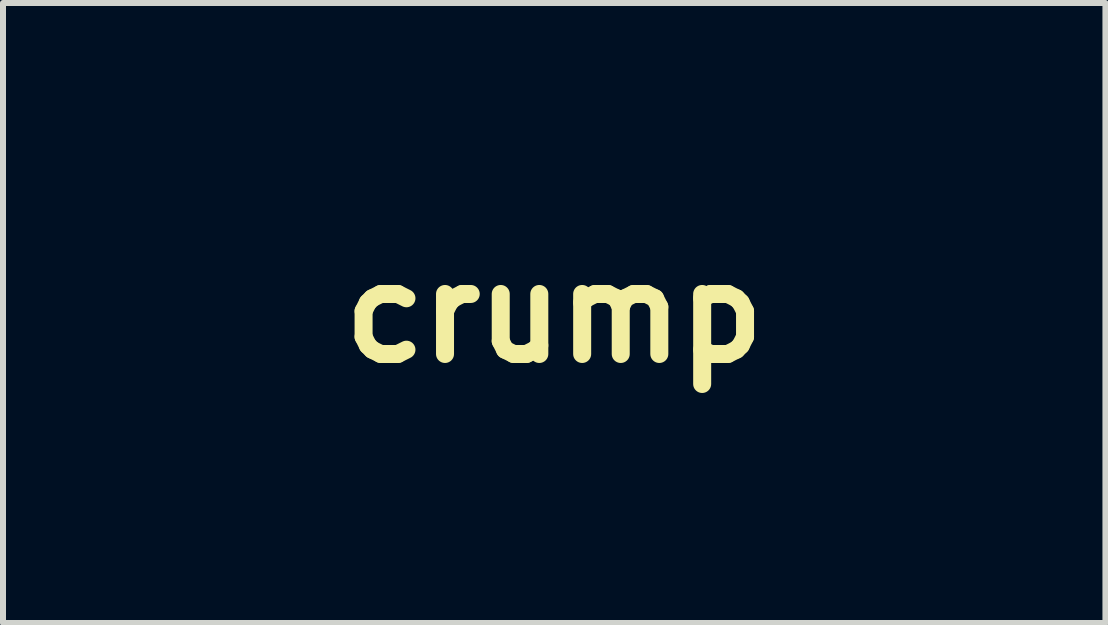
<source format=kicad_pcb>
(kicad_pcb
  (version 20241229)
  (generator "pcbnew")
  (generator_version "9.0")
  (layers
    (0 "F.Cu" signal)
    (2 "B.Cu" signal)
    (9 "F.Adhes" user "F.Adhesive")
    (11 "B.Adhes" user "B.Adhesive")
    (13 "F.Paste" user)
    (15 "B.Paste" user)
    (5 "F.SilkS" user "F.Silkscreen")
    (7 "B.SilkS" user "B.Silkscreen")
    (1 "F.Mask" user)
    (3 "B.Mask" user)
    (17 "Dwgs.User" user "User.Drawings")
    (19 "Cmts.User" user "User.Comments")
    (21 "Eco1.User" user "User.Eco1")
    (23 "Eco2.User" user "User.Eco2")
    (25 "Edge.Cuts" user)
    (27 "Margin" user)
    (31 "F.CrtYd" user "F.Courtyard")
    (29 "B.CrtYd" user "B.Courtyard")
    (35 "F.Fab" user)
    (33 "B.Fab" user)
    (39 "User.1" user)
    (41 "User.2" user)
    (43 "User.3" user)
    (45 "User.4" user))
  (footprint "crump"
    (layer "F.Cu")
    (at 6.188 2.171)
    (property "Reference" "crump" (at 0 0 0) (layer "F.SilkS") (effects (font (size 1.5 1.5) (thickness 0.3))))
    (attr board_only exclude_from_pos_files exclude_from_bom)
    (fp_poly (pts (xy 3.888 -0.915) (xy 3.888 0.292) (xy 3.539 0.292) (xy 3.19 0.292) (xy 3.186 -0.355) (xy 3.183 -1.003) (xy 2.948 -0.476) (xy 2.713 0.051) (xy 2.449 0.048) (xy 2.184 0.044) (xy 1.953 -0.474) (xy 1.722 -0.993) (xy 1.715 -0.354) (xy 1.709 0.286) (xy 1.365 0.289) (xy 1.274 0.29) (xy 1.191 0.29) (xy 1.121 0.289) (xy 1.065 0.288) (xy 1.028 0.286) (xy 1.013 0.284) (xy 1.012 0.284) (xy 1.011 0.27) (xy 1.01 0.233) (xy 1.009 0.174) (xy 1.008 0.095) (xy 1.007 -0.003) (xy 1.006 -0.117) (xy 1.005 -0.247) (xy 1.005 -0.389) (xy 1.004 -0.542) (xy 1.004 -0.705) (xy 1.004 -0.876) (xy 1.004 -0.924) (xy 1.004 -2.123) (xy 1.433 -2.123) (xy 1.861 -2.122) (xy 2.153 -1.506) (xy 2.208 -1.389) (xy 2.261 -1.28) (xy 2.309 -1.18) (xy 2.351 -1.091) (xy 2.388 -1.016) (xy 2.417 -0.957) (xy 2.438 -0.915) (xy 2.45 -0.893) (xy 2.452 -0.89) (xy 2.459 -0.901) (xy 2.475 -0.933) (xy 2.5 -0.984) (xy 2.533 -1.052) (xy 2.573 -1.134) (xy 2.618 -1.228) (xy 2.668 -1.333) (xy 2.722 -1.447) (xy 2.75 -1.506) (xy 3.041 -2.123) (xy 3.465 -2.123) (xy 3.888 -2.123)) (stroke (width 0) (type solid)) (fill yes) (layer "F.Mask"))
    (fp_poly (pts (xy 4.762 -2.12) (xy 5.445 -2.116) (xy 5.569 -2.082) (xy 5.716 -2.031) (xy 5.843 -1.965) (xy 5.95 -1.883) (xy 6.037 -1.785) (xy 6.104 -1.672) (xy 6.151 -1.542) (xy 6.178 -1.397) (xy 6.185 -1.316) (xy 6.184 -1.16) (xy 6.168 -1.022) (xy 6.135 -0.898) (xy 6.085 -0.783) (xy 6.043 -0.713) (xy 5.962 -0.611) (xy 5.868 -0.527) (xy 5.757 -0.458) (xy 5.628 -0.405) (xy 5.479 -0.367) (xy 5.452 -0.362) (xy 5.328 -0.328) (xy 5.209 -0.277) (xy 5.1 -0.21) (xy 5.005 -0.131) (xy 4.928 -0.042) (xy 4.888 0.022) (xy 4.864 0.07) (xy 4.846 0.112) (xy 4.832 0.154) (xy 4.822 0.199) (xy 4.815 0.253) (xy 4.81 0.321) (xy 4.807 0.406) (xy 4.805 0.472) (xy 4.797 0.735) (xy 4.675 0.618) (xy 4.581 0.534) (xy 4.485 0.459) (xy 4.389 0.396) (xy 4.297 0.346) (xy 4.213 0.312) (xy 4.141 0.295) (xy 4.14 0.295) (xy 4.079 0.289) (xy 4.079 -0.918) (xy 4.079 -1.515) (xy 4.879 -1.515) (xy 4.879 -1.234) (xy 4.879 -0.953) (xy 5.064 -0.953) (xy 5.139 -0.954) (xy 5.194 -0.956) (xy 5.234 -0.959) (xy 5.263 -0.965) (xy 5.287 -0.973) (xy 5.298 -0.979) (xy 5.356 -1.021) (xy 5.397 -1.081) (xy 5.419 -1.159) (xy 5.424 -1.254) (xy 5.424 -1.264) (xy 5.419 -1.321) (xy 5.409 -1.362) (xy 5.391 -1.398) (xy 5.385 -1.407) (xy 5.359 -1.442) (xy 5.33 -1.468) (xy 5.294 -1.486) (xy 5.246 -1.498) (xy 5.183 -1.506) (xy 5.101 -1.51) (xy 5.067 -1.511) (xy 4.879 -1.515) (xy 4.079 -1.515) (xy 4.079 -2.125)) (stroke (width 0) (type solid)) (fill yes) (layer "F.Mask"))
    (fp_poly (pts (xy -0.633 -1.363) (xy -0.632 -1.205) (xy -0.631 -1.071) (xy -0.63 -0.957) (xy -0.629 -0.863) (xy -0.628 -0.787) (xy -0.627 -0.725) (xy -0.625 -0.676) (xy -0.623 -0.639) (xy -0.62 -0.611) (xy -0.617 -0.589) (xy -0.613 -0.573) (xy -0.608 -0.559) (xy -0.603 -0.547) (xy -0.602 -0.546) (xy -0.55 -0.461) (xy -0.481 -0.395) (xy -0.425 -0.361) (xy -0.382 -0.343) (xy -0.345 -0.333) (xy -0.301 -0.331) (xy -0.267 -0.333) (xy -0.213 -0.338) (xy -0.174 -0.348) (xy -0.139 -0.366) (xy -0.125 -0.376) (xy -0.084 -0.41) (xy -0.046 -0.45) (xy -0.036 -0.464) (xy -0.021 -0.486) (xy -0.008 -0.508) (xy 0.003 -0.532) (xy 0.011 -0.559) (xy 0.019 -0.592) (xy 0.025 -0.634) (xy 0.029 -0.685) (xy 0.033 -0.748) (xy 0.035 -0.826) (xy 0.037 -0.92) (xy 0.037 -1.032) (xy 0.038 -1.164) (xy 0.038 -1.319) (xy 0.038 -1.395) (xy 0.038 -2.123) (xy 0.438 -2.123) (xy 0.839 -2.123) (xy 0.839 -1.38) (xy 0.838 -1.209) (xy 0.838 -1.053) (xy 0.836 -0.915) (xy 0.835 -0.795) (xy 0.833 -0.696) (xy 0.83 -0.618) (xy 0.827 -0.564) (xy 0.825 -0.539) (xy 0.791 -0.379) (xy 0.736 -0.233) (xy 0.661 -0.101) (xy 0.566 0.015) (xy 0.454 0.116) (xy 0.324 0.199) (xy 0.177 0.264) (xy 0.015 0.31) (xy -0.103 0.33) (xy -0.169 0.336) (xy -0.247 0.34) (xy -0.328 0.341) (xy -0.402 0.339) (xy -0.451 0.335) (xy -0.626 0.304) (xy -0.787 0.254) (xy -0.933 0.186) (xy -1.062 0.1) (xy -1.173 -0.002) (xy -1.211 -0.045) (xy -1.258 -0.112) (xy -1.306 -0.194) (xy -1.35 -0.285) (xy -1.387 -0.374) (xy -1.405 -0.432) (xy -1.41 -0.451) (xy -1.414 -0.472) (xy -1.418 -0.498) (xy -1.42 -0.531) (xy -1.423 -0.572) (xy -1.425 -0.624) (xy -1.427 -0.689) (xy -1.428 -0.768) (xy -1.429 -0.865) (xy -1.43 -0.98) (xy -1.431 -1.115) (xy -1.432 -1.274) (xy -1.433 -1.319) (xy -1.437 -2.123) (xy -1.037 -2.123) (xy -0.636 -2.123)) (stroke (width 0) (type solid)) (fill yes) (layer "F.Mask"))
    (fp_poly (pts (xy -3.04 -2.12) (xy -2.887 -2.119) (xy -2.757 -2.118) (xy -2.649 -2.116) (xy -2.558 -2.115) (xy -2.485 -2.114) (xy -2.425 -2.112) (xy -2.377 -2.11) (xy -2.338 -2.107) (xy -2.307 -2.104) (xy -2.281 -2.1) (xy -2.257 -2.095) (xy -2.234 -2.089) (xy -2.227 -2.087) (xy -2.073 -2.037) (xy -1.939 -1.973) (xy -1.826 -1.894) (xy -1.734 -1.8) (xy -1.661 -1.69) (xy -1.608 -1.566) (xy -1.581 -1.462) (xy -1.57 -1.38) (xy -1.565 -1.283) (xy -1.567 -1.181) (xy -1.575 -1.082) (xy -1.589 -0.996) (xy -1.595 -0.973) (xy -1.628 -0.876) (xy -1.675 -0.78) (xy -1.732 -0.691) (xy -1.795 -0.613) (xy -1.86 -0.553) (xy -1.887 -0.534) (xy -1.915 -0.514) (xy -1.93 -0.498) (xy -1.931 -0.495) (xy -1.925 -0.482) (xy -1.907 -0.449) (xy -1.879 -0.401) (xy -1.842 -0.338) (xy -1.798 -0.264) (xy -1.748 -0.181) (xy -1.709 -0.116) (xy -1.656 -0.028) (xy -1.607 0.053) (xy -1.564 0.126) (xy -1.528 0.187) (xy -1.501 0.233) (xy -1.484 0.263) (xy -1.479 0.272) (xy -1.479 0.277) (xy -1.484 0.282) (xy -1.497 0.285) (xy -1.521 0.288) (xy -1.557 0.29) (xy -1.608 0.291) (xy -1.677 0.292) (xy -1.765 0.292) (xy -1.876 0.292) (xy -1.921 0.292) (xy -2.371 0.292) (xy -2.509 -0.01) (xy -2.547 -0.091) (xy -2.581 -0.166) (xy -2.612 -0.23) (xy -2.636 -0.281) (xy -2.652 -0.314) (xy -2.659 -0.327) (xy -2.677 -0.335) (xy -2.715 -0.341) (xy -2.777 -0.343) (xy -2.809 -0.343) (xy -2.947 -0.343) (xy -2.951 -0.029) (xy -2.954 0.286) (xy -3.351 0.289) (xy -3.748 0.293) (xy -3.748 -0.916) (xy -3.748 -1.513) (xy -2.948 -1.513) (xy -2.948 -1.233) (xy -2.948 -0.953) (xy -2.728 -0.953) (xy -2.647 -0.954) (xy -2.587 -0.955) (xy -2.543 -0.957) (xy -2.511 -0.961) (xy -2.486 -0.967) (xy -2.464 -0.976) (xy -2.452 -0.982) (xy -2.4 -1.022) (xy -2.361 -1.078) (xy -2.335 -1.146) (xy -2.324 -1.22) (xy -2.328 -1.295) (xy -2.347 -1.365) (xy -2.382 -1.424) (xy -2.397 -1.44) (xy -2.424 -1.464) (xy -2.452 -1.482) (xy -2.486 -1.495) (xy -2.529 -1.504) (xy -2.585 -1.509) (xy -2.66 -1.511) (xy -2.735 -1.512) (xy -2.948 -1.513) (xy -3.748 -1.513) (xy -3.748 -2.125)) (stroke (width 0) (type solid)) (fill yes) (layer "F.Mask"))
    (fp_poly (pts (xy -4.801 -2.17) (xy -4.624 -2.147) (xy -4.449 -2.1) (xy -4.279 -2.032) (xy -4.117 -1.941) (xy -4.098 -1.929) (xy -4.056 -1.899) (xy -4.01 -1.864) (xy -3.963 -1.826) (xy -3.921 -1.79) (xy -3.888 -1.759) (xy -3.867 -1.738) (xy -3.863 -1.73) (xy -3.87 -1.719) (xy -3.892 -1.692) (xy -3.925 -1.651) (xy -3.967 -1.6) (xy -4.015 -1.541) (xy -4.067 -1.479) (xy -4.12 -1.414) (xy -4.172 -1.352) (xy -4.221 -1.294) (xy -4.263 -1.244) (xy -4.296 -1.205) (xy -4.315 -1.183) (xy -4.325 -1.19) (xy -4.348 -1.211) (xy -4.379 -1.243) (xy -4.39 -1.255) (xy -4.486 -1.347) (xy -4.588 -1.418) (xy -4.694 -1.469) (xy -4.801 -1.497) (xy -4.908 -1.502) (xy -5.011 -1.483) (xy -5.038 -1.474) (xy -5.11 -1.436) (xy -5.18 -1.381) (xy -5.243 -1.314) (xy -5.291 -1.242) (xy -5.31 -1.202) (xy -5.348 -1.072) (xy -5.362 -0.947) (xy -5.352 -0.822) (xy -5.343 -0.777) (xy -5.305 -0.664) (xy -5.25 -0.567) (xy -5.181 -0.488) (xy -5.099 -0.427) (xy -5.006 -0.386) (xy -4.907 -0.366) (xy -4.801 -0.369) (xy -4.693 -0.396) (xy -4.684 -0.399) (xy -4.621 -0.425) (xy -4.569 -0.45) (xy -4.518 -0.481) (xy -4.463 -0.522) (xy -4.411 -0.563) (xy -4.318 -0.639) (xy -4.283 -0.602) (xy -4.264 -0.583) (xy -4.231 -0.547) (xy -4.186 -0.5) (xy -4.134 -0.444) (xy -4.076 -0.383) (xy -4.053 -0.358) (xy -3.858 -0.151) (xy -5.014 1.005) (xy -5.156 1.148) (xy -5.294 1.285) (xy -5.426 1.417) (xy -5.55 1.541) (xy -5.667 1.657) (xy -5.774 1.764) (xy -5.871 1.86) (xy -5.957 1.945) (xy -6.03 2.018) (xy -6.09 2.076) (xy -6.135 2.121) (xy -6.165 2.149) (xy -6.178 2.161) (xy -6.178 2.161) (xy -6.18 2.149) (xy -6.181 2.112) (xy -6.182 2.054) (xy -6.183 1.974) (xy -6.184 1.875) (xy -6.185 1.759) (xy -6.186 1.626) (xy -6.186 1.479) (xy -6.187 1.318) (xy -6.187 1.146) (xy -6.188 0.964) (xy -6.188 0.773) (xy -6.188 0.601) (xy -6.188 0.355) (xy -6.187 0.125) (xy -6.187 -0.087) (xy -6.186 -0.281) (xy -6.185 -0.456) (xy -6.184 -0.612) (xy -6.183 -0.747) (xy -6.181 -0.86) (xy -6.18 -0.951) (xy -6.178 -1.018) (xy -6.176 -1.062) (xy -6.175 -1.074) (xy -6.143 -1.252) (xy -6.089 -1.418) (xy -6.014 -1.57) (xy -5.918 -1.708) (xy -5.801 -1.832) (xy -5.663 -1.941) (xy -5.648 -1.952) (xy -5.492 -2.04) (xy -5.327 -2.107) (xy -5.156 -2.15) (xy -4.98 -2.171)) (stroke (width 0) (type solid)) (fill yes) (layer "F.Mask")))
  (gr_rect
    (start -3 -3)
    (end 15.373 7.333)
    (stroke (width 0.1) (type default))
    (fill no)
    (layer "Edge.Cuts")))
</source>
